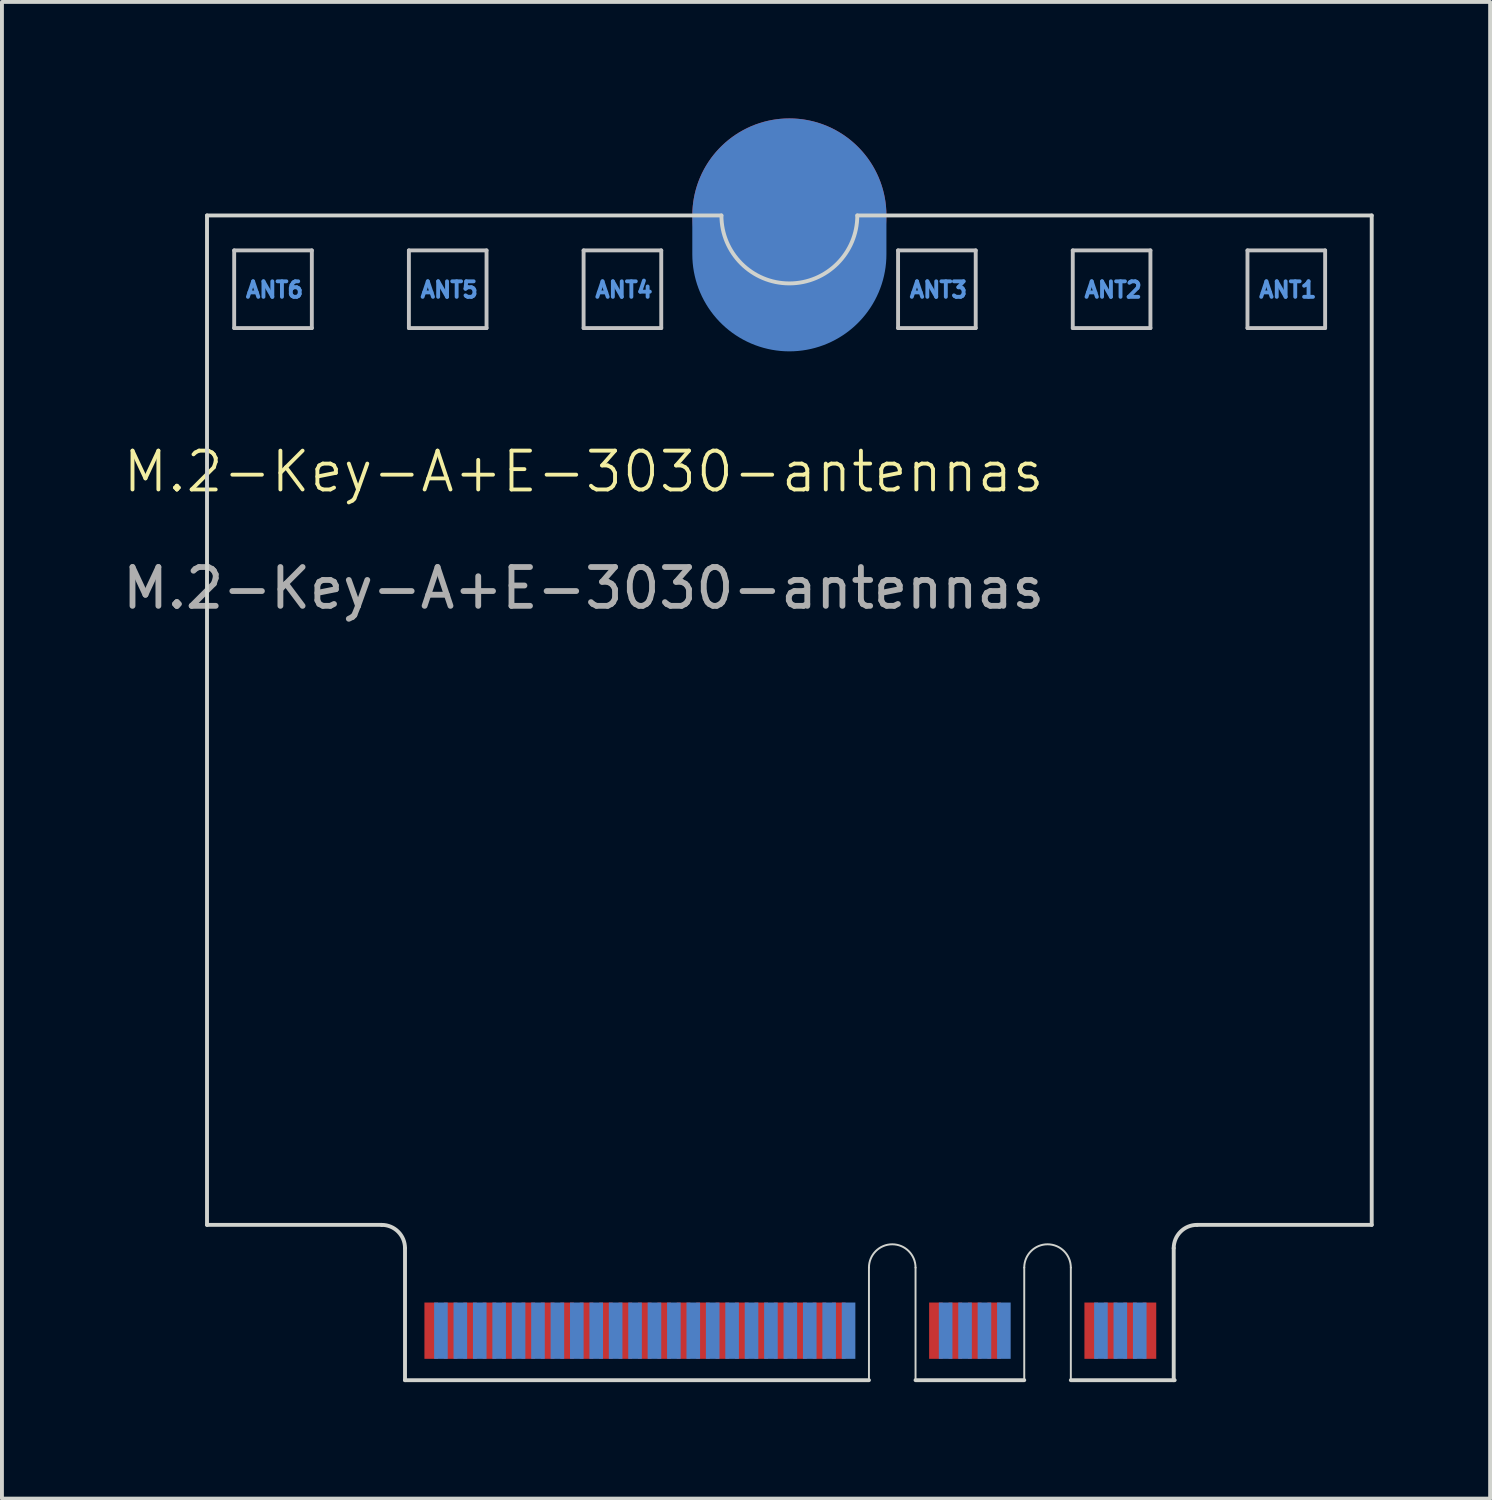
<source format=kicad_pcb>
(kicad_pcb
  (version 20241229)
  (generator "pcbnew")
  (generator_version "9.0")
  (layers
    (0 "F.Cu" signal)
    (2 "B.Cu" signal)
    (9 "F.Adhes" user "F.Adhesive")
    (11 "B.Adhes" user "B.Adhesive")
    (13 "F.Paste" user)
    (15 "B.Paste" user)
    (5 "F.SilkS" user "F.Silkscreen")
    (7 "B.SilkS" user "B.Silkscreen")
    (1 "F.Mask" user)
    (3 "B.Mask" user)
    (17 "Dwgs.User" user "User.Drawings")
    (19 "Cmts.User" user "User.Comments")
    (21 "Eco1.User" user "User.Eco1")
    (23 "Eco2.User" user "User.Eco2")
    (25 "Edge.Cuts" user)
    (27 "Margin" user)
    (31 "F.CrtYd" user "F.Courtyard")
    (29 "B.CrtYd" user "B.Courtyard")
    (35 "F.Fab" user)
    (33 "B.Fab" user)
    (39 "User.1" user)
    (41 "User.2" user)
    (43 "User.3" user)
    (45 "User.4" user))
  (footprint "M.2-Key-A+E-3030-antennas"
    (layer "F.Cu")
    (at 11.982 9.6)
    (property "Reference" "M.2-Key-A+E-3030-antennas" (at 0 -0.5 0) (unlocked yes) (layer "F.SilkS") (effects (font (size 1 1) (thickness 0.1))))
    (attr exclude_from_pos_files exclude_from_bom allow_missing_courtyard)
    (fp_line (start -9 -6.2) (end -7 -6.2) (stroke (width 0.1) (type default)) (layer "Dwgs.User"))
    (fp_line (start -9 -4.2) (end -9 -6.2) (stroke (width 0.1) (type default)) (layer "Dwgs.User"))
    (fp_line (start -7 -6.2) (end -7 -4.2) (stroke (width 0.1) (type default)) (layer "Dwgs.User"))
    (fp_line (start -7 -4.2) (end -9 -4.2) (stroke (width 0.1) (type default)) (layer "Dwgs.User"))
    (fp_line (start -4.5 -6.2) (end -2.5 -6.2) (stroke (width 0.1) (type default)) (layer "Dwgs.User"))
    (fp_line (start -4.5 -4.2) (end -4.5 -6.2) (stroke (width 0.1) (type default)) (layer "Dwgs.User"))
    (fp_line (start -2.5 -6.2) (end -2.5 -4.2) (stroke (width 0.1) (type default)) (layer "Dwgs.User"))
    (fp_line (start -2.5 -4.2) (end -4.5 -4.2) (stroke (width 0.1) (type default)) (layer "Dwgs.User"))
    (fp_line (start 0 -6.2) (end 2 -6.2) (stroke (width 0.1) (type default)) (layer "Dwgs.User"))
    (fp_line (start 0 -4.2) (end 0 -6.2) (stroke (width 0.1) (type default)) (layer "Dwgs.User"))
    (fp_line (start 2 -6.2) (end 2 -4.2) (stroke (width 0.1) (type default)) (layer "Dwgs.User"))
    (fp_line (start 2 -4.2) (end 0 -4.2) (stroke (width 0.1) (type default)) (layer "Dwgs.User"))
    (fp_line (start 8.1 -6.2) (end 10.1 -6.2) (stroke (width 0.1) (type default)) (layer "Dwgs.User"))
    (fp_line (start 8.1 -4.2) (end 8.1 -6.2) (stroke (width 0.1) (type default)) (layer "Dwgs.User"))
    (fp_line (start 10.1 -6.2) (end 10.1 -4.2) (stroke (width 0.1) (type default)) (layer "Dwgs.User"))
    (fp_line (start 10.1 -4.2) (end 8.1 -4.2) (stroke (width 0.1) (type default)) (layer "Dwgs.User"))
    (fp_line (start 12.6 -6.2) (end 14.6 -6.2) (stroke (width 0.1) (type default)) (layer "Dwgs.User"))
    (fp_line (start 12.6 -4.2) (end 12.6 -6.2) (stroke (width 0.1) (type default)) (layer "Dwgs.User"))
    (fp_line (start 14.6 -6.2) (end 14.6 -4.2) (stroke (width 0.1) (type default)) (layer "Dwgs.User"))
    (fp_line (start 14.6 -4.2) (end 12.6 -4.2) (stroke (width 0.1) (type default)) (layer "Dwgs.User"))
    (fp_line (start 17.1 -6.2) (end 19.1 -6.2) (stroke (width 0.1) (type default)) (layer "Dwgs.User"))
    (fp_line (start 17.1 -4.2) (end 17.1 -6.2) (stroke (width 0.1) (type default)) (layer "Dwgs.User"))
    (fp_line (start 19.1 -6.2) (end 19.1 -4.2) (stroke (width 0.1) (type default)) (layer "Dwgs.User"))
    (fp_line (start 19.1 -4.2) (end 17.1 -4.2) (stroke (width 0.1) (type default)) (layer "Dwgs.User"))
    (fp_line (start -9.7 -7.1) (end -9.7 18.9) (stroke (width 0.1) (type default)) (layer "Edge.Cuts"))
    (fp_line (start -9.7 -7.1) (end 3.55 -7.1) (stroke (width 0.1) (type default)) (layer "Edge.Cuts"))
    (fp_line (start -9.7 18.9) (end -5.2 18.9) (stroke (width 0.1) (type default)) (layer "Edge.Cuts"))
    (fp_line (start -4.6 19.5) (end -4.6 22.9) (stroke (width 0.1) (type default)) (layer "Edge.Cuts"))
    (fp_line (start -4.6 22.9) (end 7.35 22.9) (stroke (width 0.1) (type default)) (layer "Edge.Cuts"))
    (fp_line (start 7.05 -7.1) (end 20.3 -7.1) (stroke (width 0.1) (type default)) (layer "Edge.Cuts"))
    (fp_line (start 7.35 22.9) (end 7.35 20) (stroke (width 0.05) (type default)) (layer "Edge.Cuts"))
    (fp_line (start 8.55 20) (end 8.55 22.9) (stroke (width 0.05) (type default)) (layer "Edge.Cuts"))
    (fp_line (start 8.55 22.9) (end 11.35 22.9) (stroke (width 0.1) (type default)) (layer "Edge.Cuts"))
    (fp_line (start 11.35 22.9) (end 11.35 20) (stroke (width 0.05) (type default)) (layer "Edge.Cuts"))
    (fp_line (start 12.55 20) (end 12.55 22.9) (stroke (width 0.05) (type default)) (layer "Edge.Cuts"))
    (fp_line (start 12.55 22.9) (end 15.225 22.9) (stroke (width 0.1) (type default)) (layer "Edge.Cuts"))
    (fp_line (start 15.2 19.5) (end 15.2 22.9) (stroke (width 0.1) (type default)) (layer "Edge.Cuts"))
    (fp_line (start 20.3 -7.1) (end 20.3 18.9) (stroke (width 0.1) (type default)) (layer "Edge.Cuts"))
    (fp_line (start 20.3 18.9) (end 15.8 18.9) (stroke (width 0.1) (type default)) (layer "Edge.Cuts"))
    (fp_arc (start -5.2 18.9) (mid -4.775736 19.075736) (end -4.6 19.5) (stroke (width 0.1) (type default)) (layer "Edge.Cuts"))
    (fp_arc (start 7.05 -7.1) (mid 5.3 -5.35) (end 3.55 -7.1) (stroke (width 0.1) (type default)) (layer "Edge.Cuts"))
    (fp_arc (start 7.35 20) (mid 7.95 19.4) (end 8.55 20) (stroke (width 0.05) (type default)) (layer "Edge.Cuts"))
    (fp_arc (start 11.35 20) (mid 11.95 19.4) (end 12.55 20) (stroke (width 0.05) (type default)) (layer "Edge.Cuts"))
    (fp_arc (start 15.2 19.5) (mid 15.375736 19.075736) (end 15.8 18.9) (stroke (width 0.1) (type default)) (layer "Edge.Cuts"))
    (fp_text user "ANT1" (at 17.35 -4.95 0) (unlocked yes) (layer "Cmts.User") (effects (font (size 0.4 0.4) (thickness 0.1) (bold yes)) (justify left bottom)))
    (fp_text user "ANT5" (at -4.25 -4.95 0) (unlocked yes) (layer "Cmts.User") (effects (font (size 0.4 0.4) (thickness 0.1) (bold yes)) (justify left bottom)))
    (fp_text user "ANT6" (at -8.75 -4.95 0) (unlocked yes) (layer "Cmts.User") (effects (font (size 0.4 0.4) (thickness 0.1) (bold yes)) (justify left bottom)))
    (fp_text user "ANT3" (at 8.35 -4.95 0) (unlocked yes) (layer "Cmts.User") (effects (font (size 0.4 0.4) (thickness 0.1) (bold yes)) (justify left bottom)))
    (fp_text user "ANT2" (at 12.85 -4.95 0) (unlocked yes) (layer "Cmts.User") (effects (font (size 0.4 0.4) (thickness 0.1) (bold yes)) (justify left bottom)))
    (fp_text user "ANT4" (at 0.25 -4.95 0) (unlocked yes) (layer "Cmts.User") (effects (font (size 0.4 0.4) (thickness 0.1) (bold yes)) (justify left bottom)))
    (fp_text user "${REFERENCE}" (at 0 2.5 0) (unlocked yes) (layer "F.Fab") (effects (font (size 1 1) (thickness 0.15))))
    (pad "1" connect rect (at 14.575 21.625) (size 0.35 1.45) (layers "F.Cu" "F.Mask"))
    (pad "2" connect rect (at 14.325 21.625) (size 0.35 1.45) (layers "B.Cu" "B.Mask"))
    (pad "3" connect rect (at 14.075 21.625) (size 0.35 1.45) (layers "F.Cu" "F.Mask"))
    (pad "4" connect rect (at 13.825 21.625) (size 0.35 1.45) (layers "B.Cu" "B.Mask"))
    (pad "5" connect rect (at 13.575 21.625) (size 0.35 1.45) (layers "F.Cu" "F.Mask"))
    (pad "6" connect rect (at 13.325 21.625) (size 0.35 1.45) (layers "B.Cu" "B.Mask"))
    (pad "7" connect rect (at 13.075 21.625) (size 0.35 1.45) (layers "F.Cu" "F.Mask"))
    (pad "16" connect rect (at 10.825 21.625) (size 0.35 1.45) (layers "B.Cu" "B.Mask"))
    (pad "17" connect rect (at 10.575 21.625) (size 0.35 1.45) (layers "F.Cu" "F.Mask"))
    (pad "18" connect rect (at 10.325 21.625) (size 0.35 1.45) (layers "B.Cu" "B.Mask"))
    (pad "19" connect rect (at 10.075 21.625) (size 0.35 1.45) (layers "F.Cu" "F.Mask"))
    (pad "20" connect rect (at 9.825 21.625) (size 0.35 1.45) (layers "B.Cu" "B.Mask"))
    (pad "21" connect rect (at 9.575 21.625) (size 0.35 1.45) (layers "F.Cu" "F.Mask"))
    (pad "22" connect rect (at 9.325 21.625) (size 0.35 1.45) (layers "B.Cu" "B.Mask"))
    (pad "23" connect rect (at 9.075 21.625) (size 0.35 1.45) (layers "F.Cu" "F.Mask"))
    (pad "32" connect rect (at 6.825 21.625) (size 0.35 1.45) (layers "B.Cu" "B.Mask"))
    (pad "33" connect rect (at 6.575 21.625) (size 0.35 1.45) (layers "F.Cu" "F.Mask"))
    (pad "34" connect rect (at 6.325 21.625) (size 0.35 1.45) (layers "B.Cu" "B.Mask"))
    (pad "35" connect rect (at 6.075 21.625) (size 0.35 1.45) (layers "F.Cu" "F.Mask"))
    (pad "36" connect rect (at 5.825 21.625) (size 0.35 1.45) (layers "B.Cu" "B.Mask"))
    (pad "37" connect rect (at 5.575 21.625) (size 0.35 1.45) (layers "F.Cu" "F.Mask"))
    (pad "38" connect rect (at 5.325 21.625) (size 0.35 1.45) (layers "B.Cu" "B.Mask"))
    (pad "39" connect rect (at 5.075 21.625) (size 0.35 1.45) (layers "F.Cu" "F.Mask"))
    (pad "40" connect rect (at 4.825 21.625) (size 0.35 1.45) (layers "B.Cu" "B.Mask"))
    (pad "41" connect rect (at 4.575 21.625) (size 0.35 1.45) (layers "F.Cu" "F.Mask"))
    (pad "42" connect rect (at 4.325 21.625) (size 0.35 1.45) (layers "B.Cu" "B.Mask"))
    (pad "43" connect rect (at 4.075 21.625) (size 0.35 1.45) (layers "F.Cu" "F.Mask"))
    (pad "44" connect rect (at 3.825 21.625) (size 0.35 1.45) (layers "B.Cu" "B.Mask"))
    (pad "45" connect rect (at 3.575 21.625) (size 0.35 1.45) (layers "F.Cu" "F.Mask"))
    (pad "46" connect rect (at 3.325 21.625) (size 0.35 1.45) (layers "B.Cu" "B.Mask"))
    (pad "47" connect rect (at 3.075 21.625) (size 0.35 1.45) (layers "F.Cu" "F.Mask"))
    (pad "48" connect rect (at 2.825 21.625) (size 0.35 1.45) (layers "B.Cu" "B.Mask"))
    (pad "49" connect rect (at 2.575 21.625) (size 0.35 1.45) (layers "F.Cu" "F.Mask"))
    (pad "50" connect rect (at 2.325 21.625) (size 0.35 1.45) (layers "B.Cu" "B.Mask"))
    (pad "51" connect rect (at 2.075 21.625) (size 0.35 1.45) (layers "F.Cu" "F.Mask"))
    (pad "52" connect rect (at 1.825 21.625) (size 0.35 1.45) (layers "B.Cu" "B.Mask"))
    (pad "53" connect rect (at 1.575 21.625) (size 0.35 1.45) (layers "F.Cu" "F.Mask"))
    (pad "54" connect rect (at 1.325 21.625) (size 0.35 1.45) (layers "B.Cu" "B.Mask"))
    (pad "55" connect rect (at 1.075 21.625) (size 0.35 1.45) (layers "F.Cu" "F.Mask"))
    (pad "56" connect rect (at 0.825 21.625) (size 0.35 1.45) (layers "B.Cu" "B.Mask"))
    (pad "57" connect rect (at 0.575 21.625) (size 0.35 1.45) (layers "F.Cu" "F.Mask"))
    (pad "58" connect rect (at 0.325 21.625) (size 0.35 1.45) (layers "B.Cu" "B.Mask"))
    (pad "59" connect rect (at 0.075 21.625) (size 0.35 1.45) (layers "F.Cu" "F.Mask"))
    (pad "60" connect rect (at -0.175 21.625) (size 0.35 1.45) (layers "B.Cu" "B.Mask"))
    (pad "61" connect rect (at -0.425 21.625) (size 0.35 1.45) (layers "F.Cu" "F.Mask"))
    (pad "62" connect rect (at -0.675 21.625) (size 0.35 1.45) (layers "B.Cu" "B.Mask"))
    (pad "63" connect rect (at -0.925 21.625) (size 0.35 1.45) (layers "F.Cu" "F.Mask"))
    (pad "64" connect rect (at -1.175 21.625) (size 0.35 1.45) (layers "B.Cu" "B.Mask"))
    (pad "65" connect rect (at -1.425 21.625) (size 0.35 1.45) (layers "F.Cu" "F.Mask"))
    (pad "66" connect rect (at -1.675 21.625) (size 0.35 1.45) (layers "B.Cu" "B.Mask"))
    (pad "67" connect rect (at -1.925 21.625) (size 0.35 1.45) (layers "F.Cu" "F.Mask"))
    (pad "68" connect rect (at -2.175 21.625) (size 0.35 1.45) (layers "B.Cu" "B.Mask"))
    (pad "69" connect rect (at -2.425 21.625) (size 0.35 1.45) (layers "F.Cu" "F.Mask"))
    (pad "70" connect rect (at -2.675 21.625) (size 0.35 1.45) (layers "B.Cu" "B.Mask"))
    (pad "71" connect rect (at -2.925 21.625) (size 0.35 1.45) (layers "F.Cu" "F.Mask"))
    (pad "72" connect rect (at -3.175 21.625) (size 0.35 1.45) (layers "B.Cu" "B.Mask"))
    (pad "73" connect rect (at -3.425 21.625) (size 0.35 1.45) (layers "F.Cu" "F.Mask"))
    (pad "74" connect rect (at -3.675 21.625) (size 0.35 1.45) (layers "B.Cu" "B.Mask"))
    (pad "75" connect rect (at -3.925 21.625) (size 0.35 1.45) (layers "F.Cu" "F.Mask"))
    (pad "76" connect circle (at 5.3 -7.1) (size 5 5) (layers "F.Cu" "F.Mask"))
    (pad "76" connect oval (at 5.3 -6.6) (size 5 6) (layers "B.Cu" "B.Mask"))
    (zone (net_name "") (layer "F.Cu") (name "TOP COMPONENT KEEPOUT") (hatch edge 0.5) (connect_pads) (min_thickness 0.25) (filled_areas_thickness no) (keepout (tracks allowed) (vias allowed) (pads allowed) (copperpour allowed) (footprints not_allowed)) (placement (enabled no)) (fill) (polygon (pts (xy 7.381 32.501) (xy 7.381 28.501) (xy 27.181 28.501) (xy 27.181 32.501))))
    (zone (net_name "") (layers "F.Cu" "B.Cu") (hatch edge 0.5) (connect_pads) (min_thickness 0.25) (filled_areas_thickness no) (keepout (tracks allowed) (vias allowed) (pads not_allowed) (copperpour allowed) (footprints not_allowed)) (placement (enabled no)) (fill) (polygon (pts (xy 32.282 2.5) (xy 32.282 6.2) (xy 31.082 6.2) (xy 31.082 3.4) (xy 29.082 3.4) (xy 29.082 5.4) (xy 31.082 5.4) (xy 31.082 6.2) (xy 26.582 6.2) (xy 26.582 3.4) (xy 24.582 3.4) (xy 24.582 5.4) (xy 26.582 5.4) (xy 26.582 6.2) (xy 22.082 6.2) (xy 22.082 3.4) (xy 20.082 3.4) (xy 20.082 5.4) (xy 22.082 5.4) (xy 22.082 6.2) (xy 13.982 6.2) (xy 13.982 3.4) (xy 11.982 3.4) (xy 11.982 5.4) (xy 13.982 5.4) (xy 13.982 6.2) (xy 9.482 6.2) (xy 9.482 3.4) (xy 7.482 3.4) (xy 7.482 5.4) (xy 9.482 5.4) (xy 9.482 6.2) (xy 4.982 6.2) (xy 4.982 3.4) (xy 2.982 3.4) (xy 2.982 5.4) (xy 4.982 5.4) (xy 4.982 6.2) (xy 2.282 6.2) (xy 2.282 2.5))))
    (zone (net_name "") (layers "F.Cu" "Dwgs.User") (name "ANT1") (hatch edge 0.5) (connect_pads) (min_thickness 0.25) (filled_areas_thickness no) (keepout (tracks allowed) (vias allowed) (pads allowed) (copperpour not_allowed) (footprints allowed)) (placement (enabled no)) (fill) (polygon (pts (xy 2.982 3.4) (xy 4.982 3.4) (xy 4.982 5.4) (xy 2.982 5.4))))
    (zone (net_name "") (layers "F.Cu" "Dwgs.User") (name "ANT1") (hatch edge 0.5) (connect_pads) (min_thickness 0.25) (filled_areas_thickness no) (keepout (tracks allowed) (vias allowed) (pads allowed) (copperpour not_allowed) (footprints allowed)) (placement (enabled no)) (fill) (polygon (pts (xy 7.482 3.4) (xy 9.482 3.4) (xy 9.482 5.4) (xy 7.482 5.4))))
    (zone (net_name "") (layers "F.Cu" "Dwgs.User") (name "ANT1") (hatch edge 0.5) (connect_pads) (min_thickness 0.25) (filled_areas_thickness no) (keepout (tracks allowed) (vias allowed) (pads allowed) (copperpour not_allowed) (footprints allowed)) (placement (enabled no)) (fill) (polygon (pts (xy 11.982 3.4) (xy 13.982 3.4) (xy 13.982 5.4) (xy 11.982 5.4))))
    (zone (net_name "") (layers "F.Cu" "Dwgs.User") (name "ANT1") (hatch edge 0.5) (connect_pads) (min_thickness 0.25) (filled_areas_thickness no) (keepout (tracks allowed) (vias allowed) (pads allowed) (copperpour not_allowed) (footprints allowed)) (placement (enabled no)) (fill) (polygon (pts (xy 20.082 3.4) (xy 22.082 3.4) (xy 22.082 5.4) (xy 20.082 5.4))))
    (zone (net_name "") (layers "F.Cu" "Dwgs.User") (name "ANT1") (hatch edge 0.5) (connect_pads) (min_thickness 0.25) (filled_areas_thickness no) (keepout (tracks allowed) (vias allowed) (pads allowed) (copperpour not_allowed) (footprints allowed)) (placement (enabled no)) (fill) (polygon (pts (xy 24.582 3.4) (xy 26.582 3.4) (xy 26.582 5.4) (xy 24.582 5.4))))
    (zone (net_name "") (layers "F.Cu" "Dwgs.User") (name "ANT1") (hatch edge 0.5) (connect_pads) (min_thickness 0.25) (filled_areas_thickness no) (keepout (tracks allowed) (vias allowed) (pads allowed) (copperpour not_allowed) (footprints allowed)) (placement (enabled no)) (fill) (polygon (pts (xy 29.082 3.4) (xy 31.082 3.4) (xy 31.082 5.4) (xy 29.082 5.4))))
    (zone (net_name "") (layer "B.Cu") (name "BOTTOM COMPONENT KEEPOUT") (hatch edge 0.5) (connect_pads) (min_thickness 0.25) (filled_areas_thickness no) (keepout (tracks allowed) (vias allowed) (pads allowed) (copperpour allowed) (footprints not_allowed)) (placement (enabled no)) (fill) (polygon (pts (xy 7.381 32.501) (xy 27.181 32.501) (xy 27.181 28.501) (xy 28.281 28.501) (xy 28.281 27.301) (xy 6.281 27.301) (xy 6.281 28.501) (xy 7.381 28.501)))))
  (gr_rect
    (start -3 -3)
    (end 35.332 35.55)
    (stroke (width 0.1) (type default))
    (fill no)
    (layer "Edge.Cuts")))
</source>
